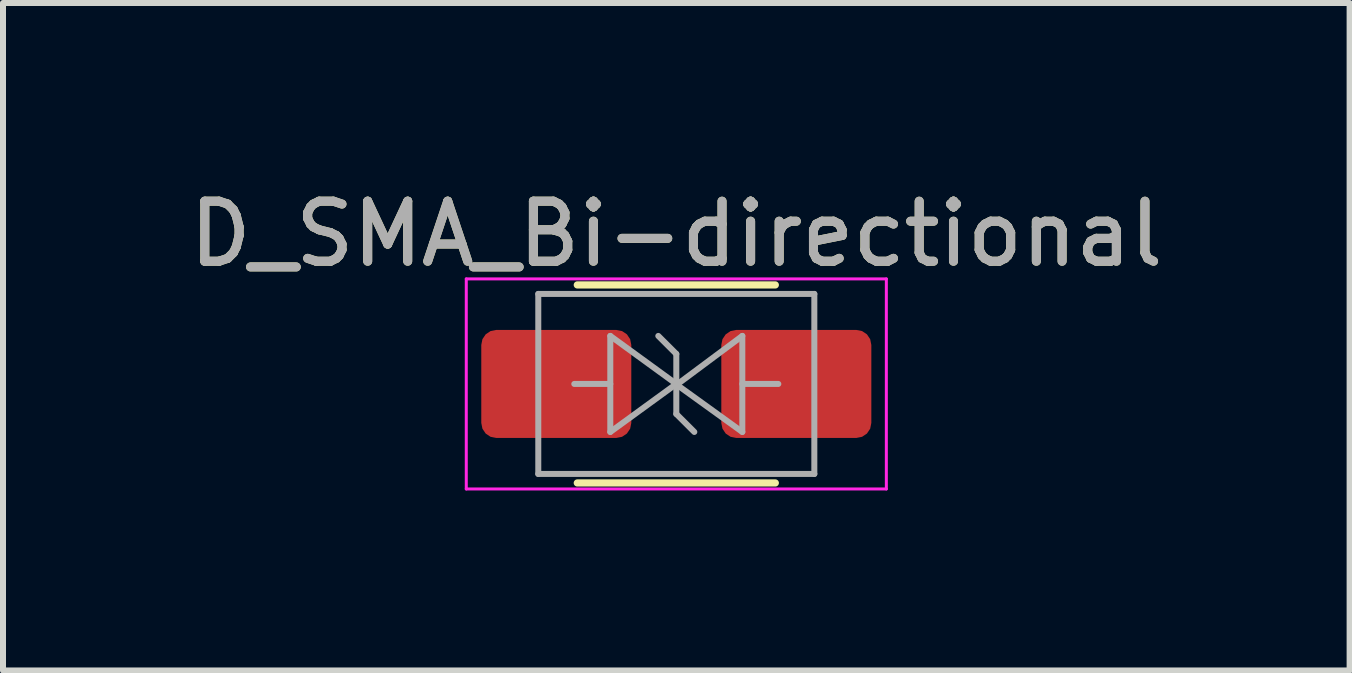
<source format=kicad_pcb>
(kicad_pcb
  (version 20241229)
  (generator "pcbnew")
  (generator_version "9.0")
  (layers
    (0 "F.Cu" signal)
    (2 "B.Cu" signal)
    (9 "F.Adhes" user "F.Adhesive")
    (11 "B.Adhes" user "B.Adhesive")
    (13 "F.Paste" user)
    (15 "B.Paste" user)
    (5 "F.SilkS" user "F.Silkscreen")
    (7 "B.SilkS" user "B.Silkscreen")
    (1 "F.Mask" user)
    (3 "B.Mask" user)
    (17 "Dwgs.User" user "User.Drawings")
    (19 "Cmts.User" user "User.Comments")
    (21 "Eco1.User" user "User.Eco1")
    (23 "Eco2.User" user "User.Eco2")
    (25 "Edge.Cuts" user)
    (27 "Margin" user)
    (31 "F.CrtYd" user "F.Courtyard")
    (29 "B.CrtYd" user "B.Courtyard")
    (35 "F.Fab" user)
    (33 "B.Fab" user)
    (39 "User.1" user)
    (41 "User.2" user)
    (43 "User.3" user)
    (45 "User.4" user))
  (footprint "D_SMA_Bi-directional"
    (layer "F.Cu")
    (at 8.22 3.348)
    (property "Reference" "D_SMA_Bi-directional" (at 0 -2.5 0) (layer "F.SilkS") (effects (font (size 1 1) (thickness 0.15))))
    (attr smd)
    (fp_line (start -1.65 -1.65) (end 1.65 -1.65) (stroke (width 0.12) (type solid)) (layer "F.SilkS"))
    (fp_line (start -1.65 1.65) (end 1.65 1.65) (stroke (width 0.12) (type solid)) (layer "F.SilkS"))
    (fp_line (start -3.5 -1.75) (end 3.5 -1.75) (stroke (width 0.05) (type solid)) (layer "F.CrtYd"))
    (fp_line (start -3.5 1.75) (end -3.5 -1.75) (stroke (width 0.05) (type solid)) (layer "F.CrtYd"))
    (fp_line (start 3.5 -1.75) (end 3.5 1.75) (stroke (width 0.05) (type solid)) (layer "F.CrtYd"))
    (fp_line (start 3.5 1.75) (end -3.5 1.75) (stroke (width 0.05) (type solid)) (layer "F.CrtYd"))
    (fp_line (start -2.3 1.5) (end -2.3 -1.5) (stroke (width 0.1) (type solid)) (layer "F.Fab"))
    (fp_line (start -1.1 -0.8) (end -1.1 0.8) (stroke (width 0.1) (type solid)) (layer "F.Fab"))
    (fp_line (start -1.1 0) (end -1.7 0) (stroke (width 0.1) (type solid)) (layer "F.Fab"))
    (fp_line (start -0.3 -0.8) (end 0 -0.5) (stroke (width 0.1) (type solid)) (layer "F.Fab"))
    (fp_line (start 0 -0.5) (end 0 0.5) (stroke (width 0.1) (type solid)) (layer "F.Fab"))
    (fp_line (start 0 0) (end -1.1 -0.8) (stroke (width 0.1) (type solid)) (layer "F.Fab"))
    (fp_line (start 0 0) (end -1.1 0.8) (stroke (width 0.1) (type solid)) (layer "F.Fab"))
    (fp_line (start 0 0.5) (end 0.3 0.8) (stroke (width 0.1) (type solid)) (layer "F.Fab"))
    (fp_line (start 0.025 0.00005) (end 1.1 -0.8) (stroke (width 0.1) (type solid)) (layer "F.Fab"))
    (fp_line (start 0.025 0.025) (end 1.1 0.8) (stroke (width 0.1) (type solid)) (layer "F.Fab"))
    (fp_line (start 1.1 0) (end 1.7 0) (stroke (width 0.1) (type solid)) (layer "F.Fab"))
    (fp_line (start 1.1 0.8) (end 1.1 -0.8) (stroke (width 0.1) (type solid)) (layer "F.Fab"))
    (fp_line (start 2.3 -1.5) (end -2.3 -1.5) (stroke (width 0.1) (type solid)) (layer "F.Fab"))
    (fp_line (start 2.3 -1.5) (end 2.3 1.5) (stroke (width 0.1) (type solid)) (layer "F.Fab"))
    (fp_line (start 2.3 1.5) (end -2.3 1.5) (stroke (width 0.1) (type solid)) (layer "F.Fab"))
    (fp_text user "${REFERENCE}" (at 0 -2.5 0) (layer "F.Fab") (effects (font (size 1 1) (thickness 0.15))))
    (pad "1" smd roundrect (at -2 0) (size 2.5 1.8) (layers "F.Cu" "F.Mask" "F.Paste") (roundrect_rratio 0.139))
    (pad "2" smd roundrect (at 2 0) (size 2.5 1.8) (layers "F.Cu" "F.Mask" "F.Paste") (roundrect_rratio 0.139)))
  (gr_rect
    (start -3 -3)
    (end 19.44 8.123)
    (stroke (width 0.1) (type default))
    (fill no)
    (layer "Edge.Cuts")))
</source>
